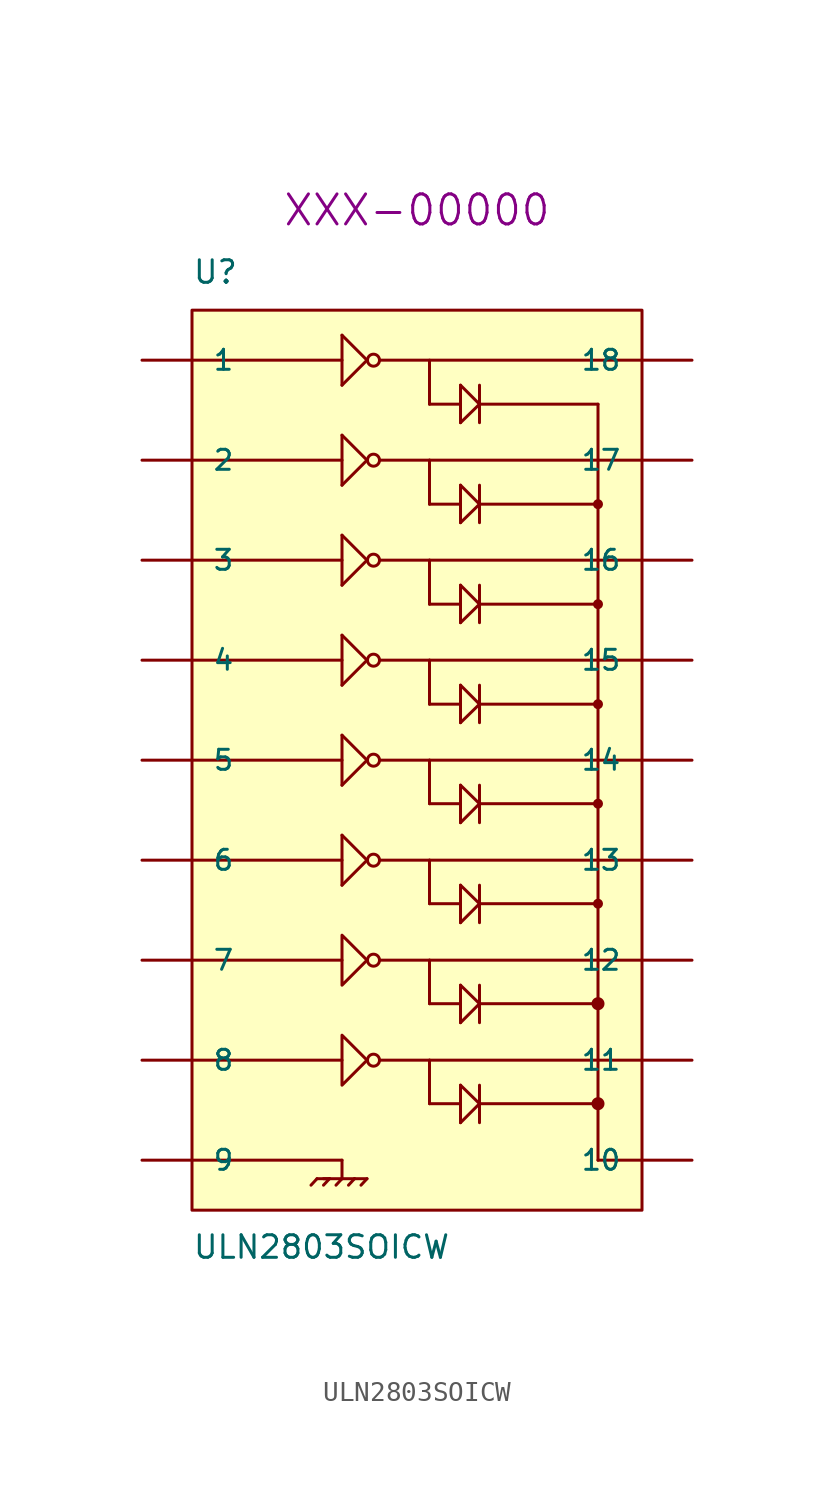
<source format=kicad_sym>
(kicad_symbol_lib
  (version 20201005)
  (generator kicad_symbol_editor)
  (symbol "ULN2803SOICW"
    (pin_numbers hide)
    (pin_names
      (offset 1.016))
    (property "Reference" "U"
      (at -11.43 24.13 0)
      (effects (font (size 1.143 1.143)) (justify left bottom)))
    (property "Value" "ULN2803SOICW"
      (at -11.43 -25.4 0)
      (effects (font (size 1.143 1.143)) (justify left bottom)))
    (property "Field4" "XXX-00000"
      (at 0 27.94 0)
      (effects (font (size 1.524 1.524))))
    (property "ki_locked" ""
      (at 0 0 0)
      (effects (font (size 1.27 1.27))))
    (symbol "ULN2803SOICW_1_0"
      (polyline (pts (xy -11.43 -20.32) (xy -3.81 -20.32)) (stroke (width 0)) (fill (type none)))
      (polyline (pts (xy -11.43 -15.24) (xy -3.81 -15.24)) (stroke (width 0)) (fill (type none)))
      (polyline (pts (xy -11.43 -10.16) (xy -3.81 -10.16)) (stroke (width 0)) (fill (type none)))
      (polyline (pts (xy -11.43 -5.08) (xy -3.81 -5.08)) (stroke (width 0)) (fill (type none)))
      (polyline (pts (xy -11.43 0) (xy -3.81 0)) (stroke (width 0)) (fill (type none)))
      (polyline (pts (xy -11.43 5.08) (xy -3.81 5.08)) (stroke (width 0)) (fill (type none)))
      (polyline (pts (xy -11.43 10.16) (xy -3.81 10.16)) (stroke (width 0)) (fill (type none)))
      (polyline (pts (xy -11.43 15.24) (xy -3.81 15.24)) (stroke (width 0)) (fill (type none)))
      (polyline (pts (xy -11.43 20.32) (xy -3.81 20.32)) (stroke (width 0)) (fill (type none)))
      (polyline (pts (xy -5.08 -21.26) (xy -5.385 -21.59)) (stroke (width 0)) (fill (type none)))
      (polyline (pts (xy -4.445 -21.26) (xy -5.08 -21.26)) (stroke (width 0)) (fill (type none)))
      (polyline (pts (xy -4.445 -21.26) (xy -4.75 -21.59)) (stroke (width 0)) (fill (type none)))
      (polyline (pts (xy -4.445 -21.26) (xy -4.75 -21.26)) (stroke (width 0)) (fill (type none)))
      (polyline (pts (xy -3.81 -21.26) (xy -4.445 -21.26)) (stroke (width 0)) (fill (type none)))
      (polyline (pts (xy -3.81 -21.26) (xy -4.115 -21.59)) (stroke (width 0)) (fill (type none)))
      (polyline (pts (xy -3.81 -21.26) (xy -3.175 -21.26)) (stroke (width 0)) (fill (type none)))
      (polyline (pts (xy -3.81 -20.32) (xy -3.81 -21.26)) (stroke (width 0)) (fill (type none)))
      (polyline (pts (xy -3.81 -3.81) (xy -3.81 -6.35)) (stroke (width 0)) (fill (type none)))
      (polyline (pts (xy -3.81 -3.81) (xy -2.54 -5.08)) (stroke (width 0)) (fill (type none)))
      (polyline (pts (xy -3.81 -1.27) (xy -2.54 0)) (stroke (width 0)) (fill (type none)))
      (polyline (pts (xy -3.81 1.27) (xy -3.81 -1.27)) (stroke (width 0)) (fill (type none)))
      (polyline (pts (xy -3.81 1.27) (xy -2.54 0)) (stroke (width 0)) (fill (type none)))
      (polyline (pts (xy -3.81 6.35) (xy -3.81 3.81)) (stroke (width 0)) (fill (type none)))
      (polyline (pts (xy -3.81 6.35) (xy -2.54 5.08)) (stroke (width 0)) (fill (type none)))
      (polyline (pts (xy -3.81 11.43) (xy -3.81 8.89)) (stroke (width 0)) (fill (type none)))
      (polyline (pts (xy -3.81 11.43) (xy -2.54 10.16)) (stroke (width 0)) (fill (type none)))
      (polyline (pts (xy -3.81 16.51) (xy -3.81 13.97)) (stroke (width 0)) (fill (type none)))
      (polyline (pts (xy -3.81 16.51) (xy -2.54 15.24)) (stroke (width 0)) (fill (type none)))
      (polyline (pts (xy -3.81 21.59) (xy -3.81 19.05)) (stroke (width 0)) (fill (type none)))
      (polyline (pts (xy -3.81 21.59) (xy -2.54 20.32)) (stroke (width 0)) (fill (type none)))
      (polyline (pts (xy -3.175 -21.26) (xy -3.48 -21.59)) (stroke (width 0)) (fill (type none)))
      (polyline (pts (xy -3.175 -21.26) (xy -2.54 -21.26)) (stroke (width 0)) (fill (type none)))
      (polyline (pts (xy -2.54 -21.26) (xy -2.845 -21.59)) (stroke (width 0)) (fill (type none)))
      (polyline (pts (xy -2.54 -5.08) (xy -3.81 -6.35)) (stroke (width 0)) (fill (type none)))
      (polyline (pts (xy -2.54 5.08) (xy -3.81 3.81)) (stroke (width 0)) (fill (type none)))
      (polyline (pts (xy -2.54 10.16) (xy -3.81 8.89)) (stroke (width 0)) (fill (type none)))
      (polyline (pts (xy -2.54 15.24) (xy -3.81 13.97)) (stroke (width 0)) (fill (type none)))
      (polyline (pts (xy -2.54 20.32) (xy -3.81 19.05)) (stroke (width 0)) (fill (type none)))
      (polyline (pts (xy -1.905 -15.24) (xy 0.635 -15.24)) (stroke (width 0)) (fill (type none)))
      (polyline (pts (xy -1.905 -5.08) (xy 0.635 -5.08)) (stroke (width 0)) (fill (type none)))
      (polyline (pts (xy -1.905 5.08) (xy 0.635 5.08)) (stroke (width 0)) (fill (type none)))
      (polyline (pts (xy -1.905 10.16) (xy 0.635 10.16)) (stroke (width 0)) (fill (type none)))
      (polyline (pts (xy -1.905 15.24) (xy 0.635 15.24)) (stroke (width 0)) (fill (type none)))
      (polyline (pts (xy -1.905 20.32) (xy 11.43 20.32)) (stroke (width 0)) (fill (type none)))
      (polyline (pts (xy 0.635 -17.45) (xy 2.21 -17.45)) (stroke (width 0)) (fill (type none)))
      (polyline (pts (xy 0.635 -15.24) (xy 0.635 -17.45)) (stroke (width 0)) (fill (type none)))
      (polyline (pts (xy 0.635 -15.24) (xy 11.43 -15.24)) (stroke (width 0)) (fill (type none)))
      (polyline (pts (xy 0.635 -12.37) (xy 2.21 -12.37)) (stroke (width 0)) (fill (type none)))
      (polyline (pts (xy 0.635 -10.16) (xy -1.905 -10.16)) (stroke (width 0)) (fill (type none)))
      (polyline (pts (xy 0.635 -10.16) (xy 0.635 -12.37)) (stroke (width 0)) (fill (type none)))
      (polyline (pts (xy 0.635 -7.29) (xy 2.21 -7.29)) (stroke (width 0)) (fill (type none)))
      (polyline (pts (xy 0.635 -5.08) (xy 0.635 -7.29)) (stroke (width 0)) (fill (type none)))
      (polyline (pts (xy 0.635 -5.08) (xy 11.43 -5.08)) (stroke (width 0)) (fill (type none)))
      (polyline (pts (xy 0.635 -2.21) (xy 2.21 -2.21)) (stroke (width 0)) (fill (type none)))
      (polyline (pts (xy 0.635 0) (xy -1.905 0)) (stroke (width 0)) (fill (type none)))
      (polyline (pts (xy 0.635 0) (xy 0.635 -2.21)) (stroke (width 0)) (fill (type none)))
      (polyline (pts (xy 0.635 2.845) (xy 2.21 2.845)) (stroke (width 0)) (fill (type none)))
      (polyline (pts (xy 0.635 5.08) (xy 0.635 2.845)) (stroke (width 0)) (fill (type none)))
      (polyline (pts (xy 0.635 5.08) (xy 11.43 5.08)) (stroke (width 0)) (fill (type none)))
      (polyline (pts (xy 0.635 7.925) (xy 2.21 7.925)) (stroke (width 0)) (fill (type none)))
      (polyline (pts (xy 0.635 10.16) (xy 0.635 7.925)) (stroke (width 0)) (fill (type none)))
      (polyline (pts (xy 0.635 10.16) (xy 11.43 10.16)) (stroke (width 0)) (fill (type none)))
      (polyline (pts (xy 0.635 13.005) (xy 2.21 13.005)) (stroke (width 0)) (fill (type none)))
      (polyline (pts (xy 0.635 15.24) (xy 0.635 13.005)) (stroke (width 0)) (fill (type none)))
      (polyline (pts (xy 0.635 15.24) (xy 11.43 15.24)) (stroke (width 0)) (fill (type none)))
      (polyline (pts (xy 0.635 18.085) (xy 2.21 18.085)) (stroke (width 0)) (fill (type none)))
      (polyline (pts (xy 0.635 20.32) (xy 0.635 18.085)) (stroke (width 0)) (fill (type none)))
      (polyline (pts (xy 2.21 -16.51) (xy 2.21 -18.415)) (stroke (width 0)) (fill (type none)))
      (polyline (pts (xy 2.21 -16.51) (xy 3.175 -17.45)) (stroke (width 0)) (fill (type none)))
      (polyline (pts (xy 2.21 -11.43) (xy 2.21 -13.335)) (stroke (width 0)) (fill (type none)))
      (polyline (pts (xy 2.21 -11.43) (xy 3.175 -12.37)) (stroke (width 0)) (fill (type none)))
      (polyline (pts (xy 2.21 -6.35) (xy 2.21 -8.255)) (stroke (width 0)) (fill (type none)))
      (polyline (pts (xy 2.21 -6.35) (xy 3.175 -7.29)) (stroke (width 0)) (fill (type none)))
      (polyline (pts (xy 2.21 -1.27) (xy 2.21 -3.175)) (stroke (width 0)) (fill (type none)))
      (polyline (pts (xy 2.21 -1.27) (xy 3.175 -2.21)) (stroke (width 0)) (fill (type none)))
      (polyline (pts (xy 2.21 3.81) (xy 2.21 1.905)) (stroke (width 0)) (fill (type none)))
      (polyline (pts (xy 2.21 3.81) (xy 3.175 2.845)) (stroke (width 0)) (fill (type none)))
      (polyline (pts (xy 2.21 8.89) (xy 2.21 6.985)) (stroke (width 0)) (fill (type none)))
      (polyline (pts (xy 2.21 8.89) (xy 3.175 7.925)) (stroke (width 0)) (fill (type none)))
      (polyline (pts (xy 2.21 12.065) (xy 3.175 13.005)) (stroke (width 0)) (fill (type none)))
      (polyline (pts (xy 2.21 13.005) (xy 2.21 12.065)) (stroke (width 0)) (fill (type none)))
      (polyline (pts (xy 2.21 13.005) (xy 2.21 13.97)) (stroke (width 0)) (fill (type none)))
      (polyline (pts (xy 2.21 17.145) (xy 3.175 18.085)) (stroke (width 0)) (fill (type none)))
      (polyline (pts (xy 2.21 18.085) (xy 2.21 17.145)) (stroke (width 0)) (fill (type none)))
      (polyline (pts (xy 2.21 18.085) (xy 2.21 19.05)) (stroke (width 0)) (fill (type none)))
      (polyline (pts (xy 3.175 -17.45) (xy 2.21 -18.415)) (stroke (width 0)) (fill (type none)))
      (polyline (pts (xy 3.175 -17.45) (xy 3.175 -18.415)) (stroke (width 0)) (fill (type none)))
      (polyline (pts (xy 3.175 -17.45) (xy 9.195 -17.45)) (stroke (width 0)) (fill (type none)))
      (polyline (pts (xy 3.175 -16.51) (xy 3.175 -17.45)) (stroke (width 0)) (fill (type none)))
      (polyline (pts (xy 3.175 -12.37) (xy 2.21 -13.335)) (stroke (width 0)) (fill (type none)))
      (polyline (pts (xy 3.175 -12.37) (xy 3.175 -13.335)) (stroke (width 0)) (fill (type none)))
      (polyline (pts (xy 3.175 -12.37) (xy 9.195 -12.37)) (stroke (width 0)) (fill (type none)))
      (polyline (pts (xy 3.175 -11.43) (xy 3.175 -12.37)) (stroke (width 0)) (fill (type none)))
      (polyline (pts (xy 3.175 -7.29) (xy 2.21 -8.255)) (stroke (width 0)) (fill (type none)))
      (polyline (pts (xy 3.175 -7.29) (xy 3.175 -8.255)) (stroke (width 0)) (fill (type none)))
      (polyline (pts (xy 3.175 -7.29) (xy 9.195 -7.29)) (stroke (width 0)) (fill (type none)))
      (polyline (pts (xy 3.175 -6.35) (xy 3.175 -7.29)) (stroke (width 0)) (fill (type none)))
      (polyline (pts (xy 3.175 -2.21) (xy 2.21 -3.175)) (stroke (width 0)) (fill (type none)))
      (polyline (pts (xy 3.175 -2.21) (xy 3.175 -3.175)) (stroke (width 0)) (fill (type none)))
      (polyline (pts (xy 3.175 -2.21) (xy 9.195 -2.21)) (stroke (width 0)) (fill (type none)))
      (polyline (pts (xy 3.175 -1.27) (xy 3.175 -2.21)) (stroke (width 0)) (fill (type none)))
      (polyline (pts (xy 3.175 2.845) (xy 2.21 1.905)) (stroke (width 0)) (fill (type none)))
      (polyline (pts (xy 3.175 2.845) (xy 3.175 1.905)) (stroke (width 0)) (fill (type none)))
      (polyline (pts (xy 3.175 2.845) (xy 9.195 2.845)) (stroke (width 0)) (fill (type none)))
      (polyline (pts (xy 3.175 3.81) (xy 3.175 2.845)) (stroke (width 0)) (fill (type none)))
      (polyline (pts (xy 3.175 7.925) (xy 2.21 6.985)) (stroke (width 0)) (fill (type none)))
      (polyline (pts (xy 3.175 7.925) (xy 3.175 6.985)) (stroke (width 0)) (fill (type none)))
      (polyline (pts (xy 3.175 7.925) (xy 9.195 7.925)) (stroke (width 0)) (fill (type none)))
      (polyline (pts (xy 3.175 8.89) (xy 3.175 7.925)) (stroke (width 0)) (fill (type none)))
      (polyline (pts (xy 3.175 13.005) (xy 2.21 13.97)) (stroke (width 0)) (fill (type none)))
      (polyline (pts (xy 3.175 13.005) (xy 3.175 12.065)) (stroke (width 0)) (fill (type none)))
      (polyline (pts (xy 3.175 13.005) (xy 9.195 13.005)) (stroke (width 0)) (fill (type none)))
      (polyline (pts (xy 3.175 13.97) (xy 3.175 13.005)) (stroke (width 0)) (fill (type none)))
      (polyline (pts (xy 3.175 18.085) (xy 2.21 19.05)) (stroke (width 0)) (fill (type none)))
      (polyline (pts (xy 3.175 18.085) (xy 3.175 17.145)) (stroke (width 0)) (fill (type none)))
      (polyline (pts (xy 3.175 18.085) (xy 9.195 18.085)) (stroke (width 0)) (fill (type none)))
      (polyline (pts (xy 3.175 19.05) (xy 3.175 18.085)) (stroke (width 0)) (fill (type none)))
      (polyline (pts (xy 9.195 -20.32) (xy 11.43 -20.32)) (stroke (width 0)) (fill (type none)))
      (polyline (pts (xy 9.195 -12.37) (xy 9.195 -20.32)) (stroke (width 0)) (fill (type none)))
      (polyline (pts (xy 9.195 -7.29) (xy 9.195 -12.37)) (stroke (width 0)) (fill (type none)))
      (polyline (pts (xy 9.195 -2.21) (xy 9.195 -7.29)) (stroke (width 0)) (fill (type none)))
      (polyline (pts (xy 9.195 2.845) (xy 9.195 -2.21)) (stroke (width 0)) (fill (type none)))
      (polyline (pts (xy 9.195 7.925) (xy 9.195 2.845)) (stroke (width 0)) (fill (type none)))
      (polyline (pts (xy 9.195 13.005) (xy 9.195 7.925)) (stroke (width 0)) (fill (type none)))
      (polyline (pts (xy 9.195 18.085) (xy 9.195 13.005)) (stroke (width 0)) (fill (type none)))
      (polyline (pts (xy 11.43 -10.16) (xy 0.635 -10.16)) (stroke (width 0)) (fill (type none)))
      (polyline (pts (xy 11.43 0) (xy 0.635 0)) (stroke (width 0)) (fill (type none))))
    (symbol "ULN2803SOICW_1_1"
      (circle (center -2.21 -15.24) (radius 0.305) (stroke (width 0)) (fill (type none)))
      (circle (center -2.21 -10.16) (radius 0.305) (stroke (width 0)) (fill (type none)))
      (circle (center -2.21 -5.08) (radius 0.305) (stroke (width 0)) (fill (type none)))
      (circle (center -2.21 0) (radius 0.305) (stroke (width 0)) (fill (type none)))
      (circle (center -2.21 5.08) (radius 0.305) (stroke (width 0)) (fill (type none)))
      (circle (center -2.21 10.16) (radius 0.305) (stroke (width 0)) (fill (type none)))
      (circle (center -2.21 15.24) (radius 0.305) (stroke (width 0)) (fill (type none)))
      (circle (center -2.21 20.32) (radius 0.305) (stroke (width 0)) (fill (type none)))
      (circle (center 9.195 -17.45) (radius 0.051) (stroke (width 0)) (fill (type outline)))
      (circle (center 9.195 -17.45) (radius 0.178) (stroke (width 0)) (fill (type outline)))
      (circle (center 9.195 -17.45) (radius 0.254) (stroke (width 0)) (fill (type none)))
      (circle (center 9.195 -12.37) (radius 0.051) (stroke (width 0)) (fill (type outline)))
      (circle (center 9.195 -12.37) (radius 0.178) (stroke (width 0)) (fill (type outline)))
      (circle (center 9.195 -12.37) (radius 0.254) (stroke (width 0)) (fill (type none)))
      (circle (center 9.195 -7.29) (radius 0.178) (stroke (width 0)) (fill (type outline)))
      (circle (center 9.195 -2.21) (radius 0.051) (stroke (width 0)) (fill (type outline)))
      (circle (center 9.195 -2.21) (radius 0.178) (stroke (width 0)) (fill (type outline)))
      (circle (center 9.195 2.845) (radius 0.051) (stroke (width 0)) (fill (type outline)))
      (circle (center 9.195 2.845) (radius 0.178) (stroke (width 0)) (fill (type outline)))
      (circle (center 9.195 7.925) (radius 0.178) (stroke (width 0)) (fill (type outline)))
      (circle (center 9.195 13.005) (radius 0.127) (stroke (width 0)) (fill (type outline)))
      (circle (center 9.195 13.005) (radius 0.178) (stroke (width 0)) (fill (type outline)))
      (polyline (pts (xy -3.81 -13.97) (xy -3.81 -16.51) (xy -2.54 -15.24) (xy -3.81 -13.97)) (stroke (width 0)) (fill (type background)))
      (polyline (pts (xy -3.81 -8.89) (xy -3.81 -11.43) (xy -2.54 -10.16) (xy -3.81 -8.89)) (stroke (width 0)) (fill (type background)))
      (polyline (pts (xy -11.43 22.86) (xy -11.43 20.32) (xy -11.43 15.24) (xy -11.43 10.16) (xy -11.43 5.08) (xy -11.43 0) (xy -11.43 -5.08) (xy -11.43 -10.16) (xy -11.43 -15.24) (xy -11.43 -20.32) (xy -11.43 -22.86) (xy 11.43 -22.86) (xy 11.43 -20.32) (xy 11.43 -15.24) (xy 11.43 -10.16) (xy 11.43 -5.08) (xy 11.43 0) (xy 11.43 5.08) (xy 11.43 10.16) (xy 11.43 15.24) (xy 11.43 20.32) (xy 11.43 22.86) (xy -11.43 22.86)) (stroke (width 0)) (fill (type background)))
      (pin bidirectional line (at -13.97 20.32 0) (length 2.54) (name "1" (effects (font (size 1.016 1.016)))) (number "1" (effects (font (size 1.016 1.016)))))
      (pin bidirectional line (at -13.97 15.24 0) (length 2.54) (name "2" (effects (font (size 1.016 1.016)))) (number "2" (effects (font (size 1.016 1.016)))))
      (pin bidirectional line (at -13.97 10.16 0) (length 2.54) (name "3" (effects (font (size 1.016 1.016)))) (number "3" (effects (font (size 1.016 1.016)))))
      (pin bidirectional line (at -13.97 5.08 0) (length 2.54) (name "4" (effects (font (size 1.016 1.016)))) (number "4" (effects (font (size 1.016 1.016)))))
      (pin bidirectional line (at -13.97 0 0) (length 2.54) (name "5" (effects (font (size 1.016 1.016)))) (number "5" (effects (font (size 1.016 1.016)))))
      (pin bidirectional line (at -13.97 -5.08 0) (length 2.54) (name "6" (effects (font (size 1.016 1.016)))) (number "6" (effects (font (size 1.016 1.016)))))
      (pin bidirectional line (at -13.97 -10.16 0) (length 2.54) (name "7" (effects (font (size 1.016 1.016)))) (number "7" (effects (font (size 1.016 1.016)))))
      (pin bidirectional line (at -13.97 -15.24 0) (length 2.54) (name "8" (effects (font (size 1.016 1.016)))) (number "8" (effects (font (size 1.016 1.016)))))
      (pin bidirectional line (at -13.97 -20.32 0) (length 2.54) (name "9" (effects (font (size 1.016 1.016)))) (number "9" (effects (font (size 1.016 1.016)))))
      (pin bidirectional line (at 13.97 -20.32 180) (length 2.54) (name "10" (effects (font (size 1.016 1.016)))) (number "10" (effects (font (size 1.016 1.016)))))
      (pin bidirectional line (at 13.97 -15.24 180) (length 2.54) (name "11" (effects (font (size 1.016 1.016)))) (number "11" (effects (font (size 1.016 1.016)))))
      (pin bidirectional line (at 13.97 -10.16 180) (length 2.54) (name "12" (effects (font (size 1.016 1.016)))) (number "12" (effects (font (size 1.016 1.016)))))
      (pin bidirectional line (at 13.97 -5.08 180) (length 2.54) (name "13" (effects (font (size 1.016 1.016)))) (number "13" (effects (font (size 1.016 1.016)))))
      (pin bidirectional line (at 13.97 0 180) (length 2.54) (name "14" (effects (font (size 1.016 1.016)))) (number "14" (effects (font (size 1.016 1.016)))))
      (pin bidirectional line (at 13.97 5.08 180) (length 2.54) (name "15" (effects (font (size 1.016 1.016)))) (number "15" (effects (font (size 1.016 1.016)))))
      (pin bidirectional line (at 13.97 10.16 180) (length 2.54) (name "16" (effects (font (size 1.016 1.016)))) (number "16" (effects (font (size 1.016 1.016)))))
      (pin bidirectional line (at 13.97 15.24 180) (length 2.54) (name "17" (effects (font (size 1.016 1.016)))) (number "17" (effects (font (size 1.016 1.016)))))
      (pin bidirectional line (at 13.97 20.32 180) (length 2.54) (name "18" (effects (font (size 1.016 1.016)))) (number "18" (effects (font (size 1.016 1.016))))))))
</source>
